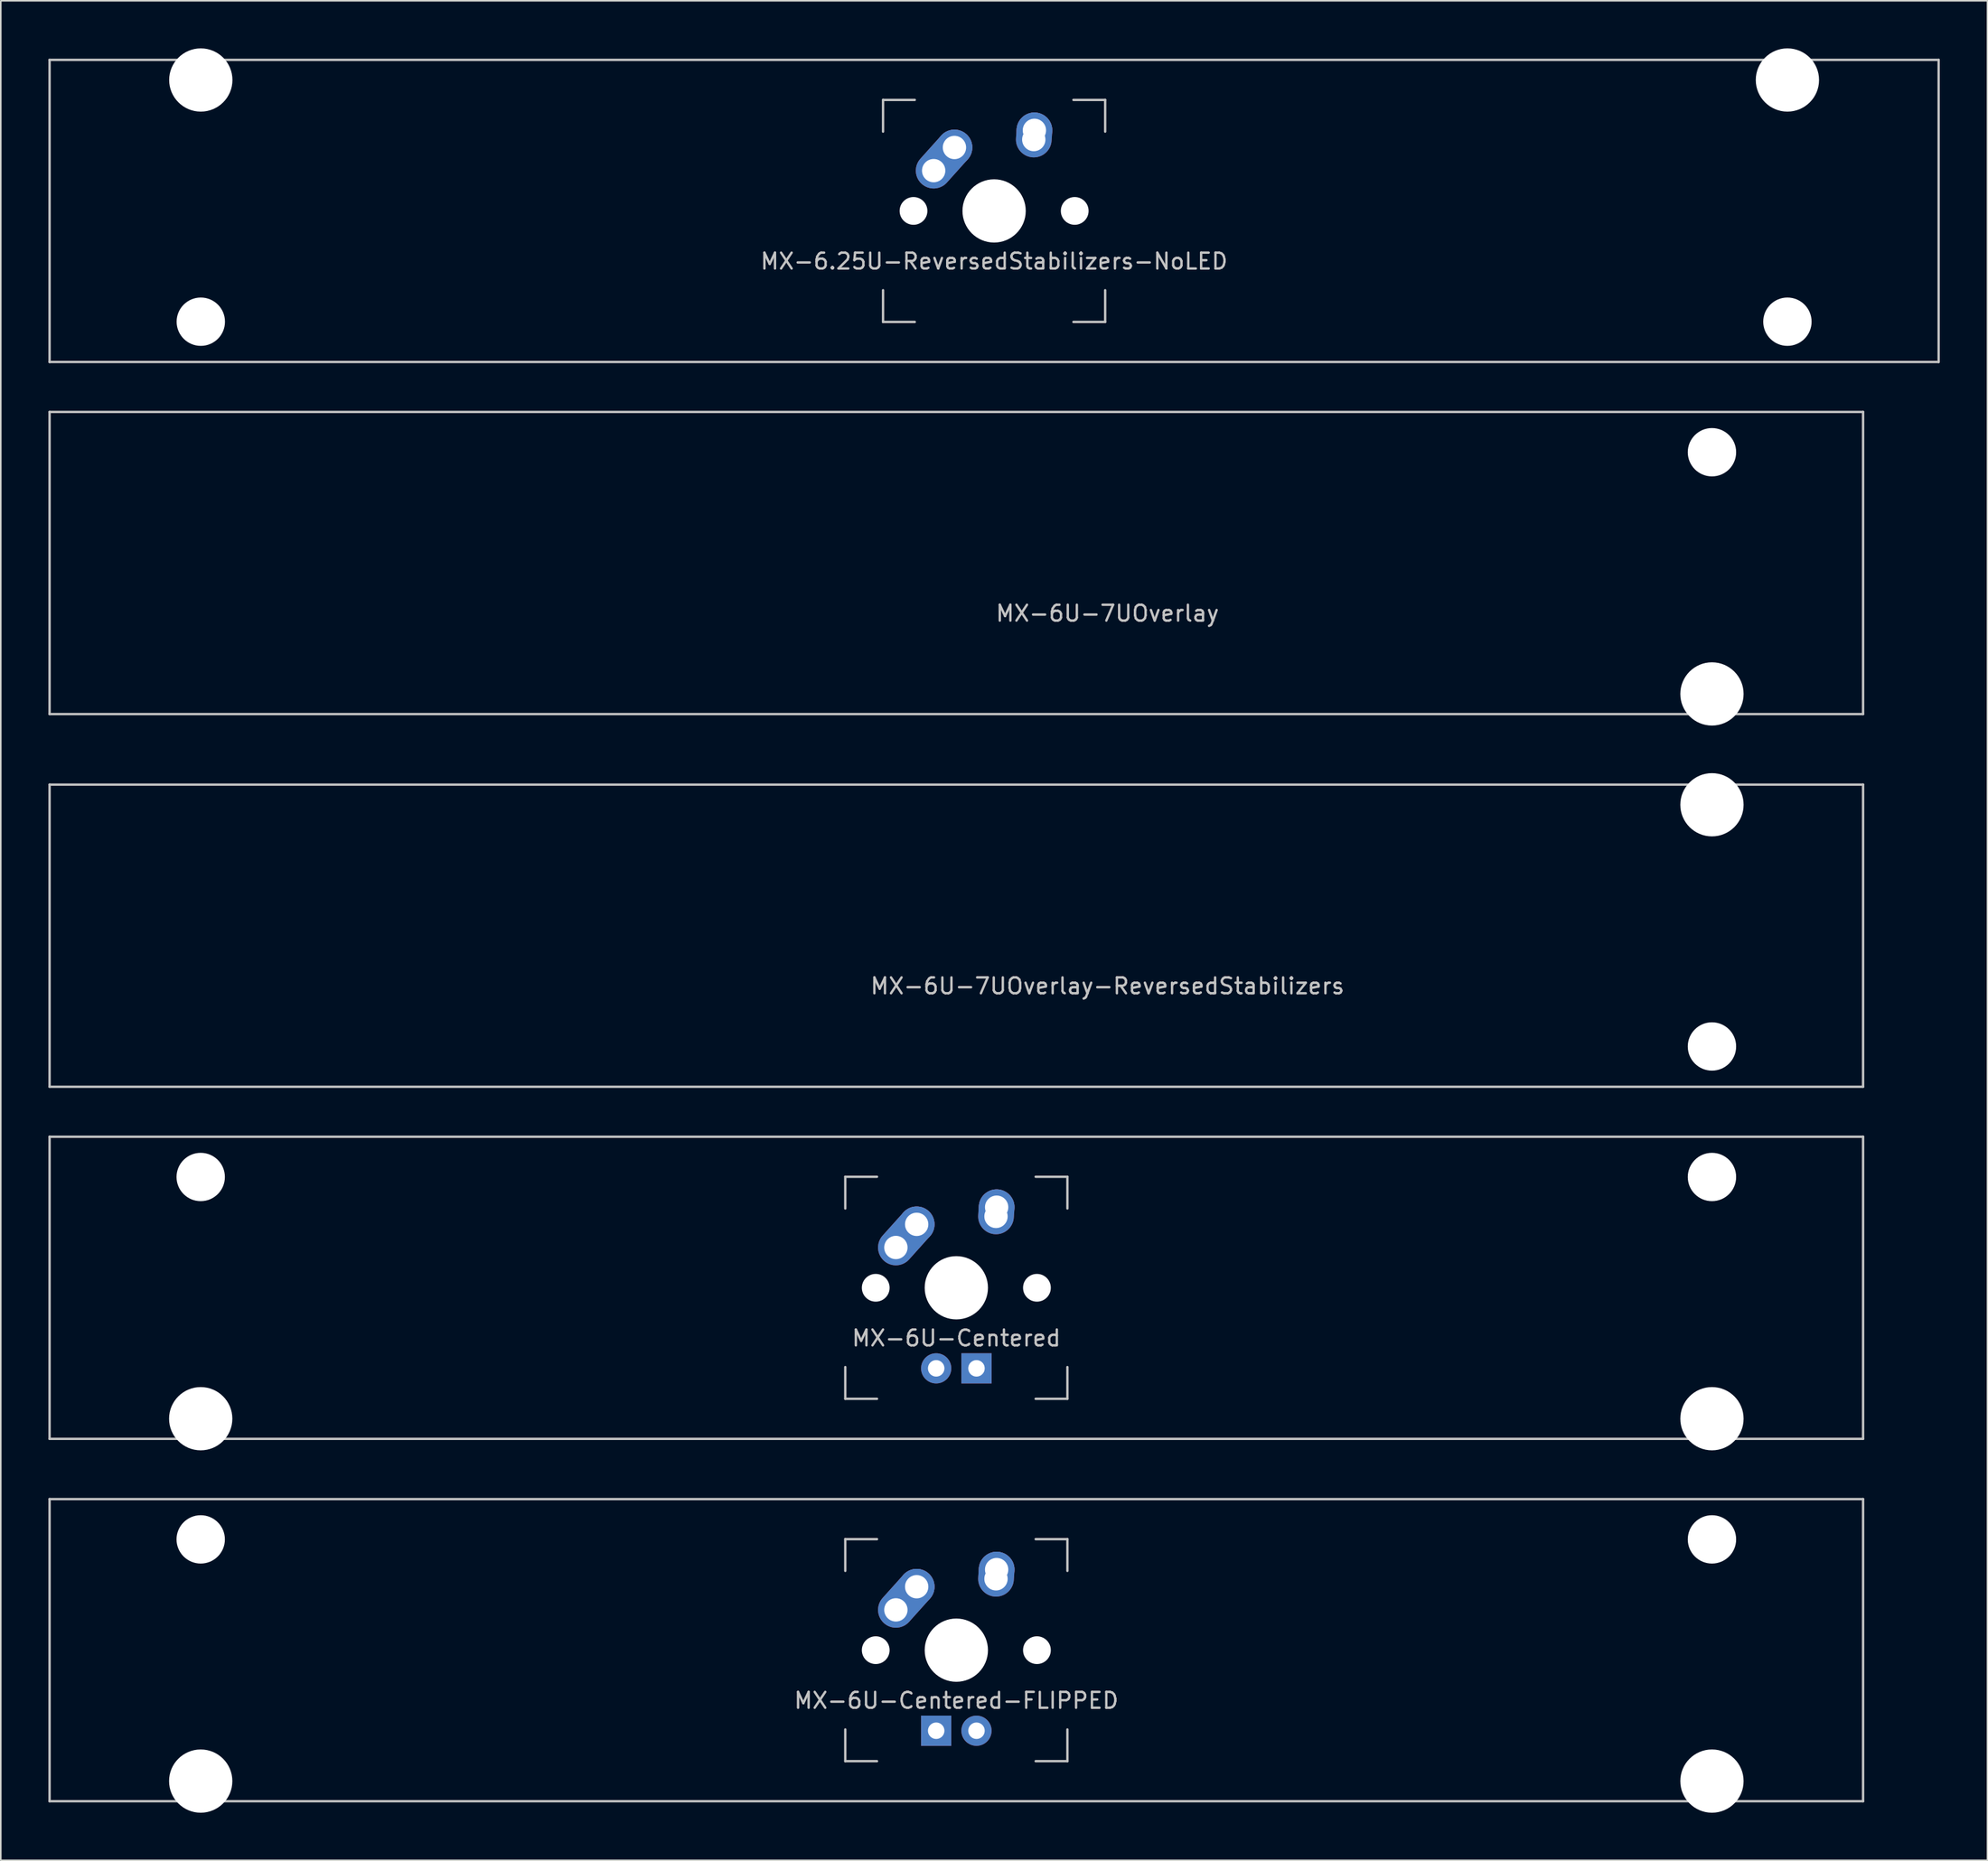
<source format=kicad_pcb>
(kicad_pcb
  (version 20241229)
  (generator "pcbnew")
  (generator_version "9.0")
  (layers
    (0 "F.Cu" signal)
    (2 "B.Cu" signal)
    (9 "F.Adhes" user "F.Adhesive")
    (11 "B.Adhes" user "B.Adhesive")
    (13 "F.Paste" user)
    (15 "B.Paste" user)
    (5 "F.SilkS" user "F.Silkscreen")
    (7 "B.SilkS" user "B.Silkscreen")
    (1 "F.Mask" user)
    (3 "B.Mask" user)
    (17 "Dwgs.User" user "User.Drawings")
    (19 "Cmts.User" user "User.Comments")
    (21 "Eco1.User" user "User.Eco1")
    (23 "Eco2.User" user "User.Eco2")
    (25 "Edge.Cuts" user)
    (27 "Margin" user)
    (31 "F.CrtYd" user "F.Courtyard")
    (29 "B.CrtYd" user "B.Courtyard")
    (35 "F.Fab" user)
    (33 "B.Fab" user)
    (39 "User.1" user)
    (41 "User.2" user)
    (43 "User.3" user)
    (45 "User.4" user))
  (footprint "MX-6U-7UOverlay"
    (layer "F.Cu")
    (at 57.225 32.449)
    (property "Reference" "MX-6U-7UOverlay" (at 9.525 3.175 0) (layer "Dwgs.User") (effects (font (size 1 1) (thickness 0.15))))
    (attr through_hole)
    (fp_line (start -57.15 -9.525) (end 57.15 -9.525) (stroke (width 0.15) (type solid)) (layer "Dwgs.User"))
    (fp_line (start -57.15 9.525) (end -57.15 -9.525) (stroke (width 0.15) (type solid)) (layer "Dwgs.User"))
    (fp_line (start -57.15 9.525) (end 57.15 9.525) (stroke (width 0.15) (type solid)) (layer "Dwgs.User"))
    (fp_line (start 57.15 -9.525) (end 57.15 9.525) (stroke (width 0.15) (type solid)) (layer "Dwgs.User"))
    (pad "" np_thru_hole circle (at 47.625 -6.985) (size 3.048 3.048) (drill 3.048) (layers "*.Cu" "*.Mask"))
    (pad "" np_thru_hole circle (at 47.625 8.255) (size 3.988 3.988) (drill 3.988) (layers "*.Cu" "*.Mask")))
  (footprint "MX-6U-7UOverlay-ReversedStabilizers"
    (layer "F.Cu")
    (at 57.225 55.947)
    (property "Reference" "MX-6U-7UOverlay-ReversedStabilizers" (at 9.525 3.175 0) (layer "Dwgs.User") (effects (font (size 1 1) (thickness 0.15))))
    (attr through_hole)
    (fp_line (start -57.15 -9.525) (end 57.15 -9.525) (stroke (width 0.15) (type solid)) (layer "Dwgs.User"))
    (fp_line (start -57.15 9.525) (end -57.15 -9.525) (stroke (width 0.15) (type solid)) (layer "Dwgs.User"))
    (fp_line (start -57.15 9.525) (end 57.15 9.525) (stroke (width 0.15) (type solid)) (layer "Dwgs.User"))
    (fp_line (start 57.15 -9.525) (end 57.15 9.525) (stroke (width 0.15) (type solid)) (layer "Dwgs.User"))
    (pad "" np_thru_hole circle (at 47.625 -8.255) (size 3.988 3.988) (drill 3.988) (layers "*.Cu" "*.Mask"))
    (pad "" np_thru_hole circle (at 47.625 6.985) (size 3.048 3.048) (drill 3.048) (layers "*.Cu" "*.Mask")))
  (footprint "MX-6U-Centered"
    (layer "F.Cu")
    (at 57.225 78.147)
    (property "Reference" "MX-6U-Centered" (at 0 3.175 0) (layer "Dwgs.User") (effects (font (size 1 1) (thickness 0.15))))
    (attr through_hole)
    (fp_line (start -57.15 -9.525) (end 57.15 -9.525) (stroke (width 0.15) (type solid)) (layer "Dwgs.User"))
    (fp_line (start -57.15 9.525) (end -57.15 -9.525) (stroke (width 0.15) (type solid)) (layer "Dwgs.User"))
    (fp_line (start -57.15 9.525) (end 57.15 9.525) (stroke (width 0.15) (type solid)) (layer "Dwgs.User"))
    (fp_line (start -7 -7) (end -7 -5) (stroke (width 0.15) (type solid)) (layer "Dwgs.User"))
    (fp_line (start -7 5) (end -7 7) (stroke (width 0.15) (type solid)) (layer "Dwgs.User"))
    (fp_line (start -7 7) (end -5 7) (stroke (width 0.15) (type solid)) (layer "Dwgs.User"))
    (fp_line (start -5 -7) (end -7 -7) (stroke (width 0.15) (type solid)) (layer "Dwgs.User"))
    (fp_line (start 5 -7) (end 7 -7) (stroke (width 0.15) (type solid)) (layer "Dwgs.User"))
    (fp_line (start 5 7) (end 7 7) (stroke (width 0.15) (type solid)) (layer "Dwgs.User"))
    (fp_line (start 7 -7) (end 7 -5) (stroke (width 0.15) (type solid)) (layer "Dwgs.User"))
    (fp_line (start 7 7) (end 7 5) (stroke (width 0.15) (type solid)) (layer "Dwgs.User"))
    (fp_line (start 57.15 -9.525) (end 57.15 9.525) (stroke (width 0.15) (type solid)) (layer "Dwgs.User"))
    (pad "" np_thru_hole circle (at -47.625 -6.985) (size 3.048 3.048) (drill 3.048) (layers "*.Cu" "*.Mask"))
    (pad "" np_thru_hole circle (at -47.625 8.255) (size 3.988 3.988) (drill 3.988) (layers "*.Cu" "*.Mask"))
    (pad "" np_thru_hole circle (at -5.08 0 48.1) (size 1.75 1.75) (drill 1.75) (layers "*.Cu" "*.Mask"))
    (pad "" np_thru_hole circle (at 0 0) (size 3.988 3.988) (drill 3.988) (layers "*.Cu" "*.Mask"))
    (pad "" np_thru_hole circle (at 5.08 0 48.1) (size 1.75 1.75) (drill 1.75) (layers "*.Cu" "*.Mask"))
    (pad "" np_thru_hole circle (at 47.625 -6.985) (size 3.048 3.048) (drill 3.048) (layers "*.Cu" "*.Mask"))
    (pad "" np_thru_hole circle (at 47.625 8.255) (size 3.988 3.988) (drill 3.988) (layers "*.Cu" "*.Mask"))
    (pad "1" thru_hole oval (at -3.81 -2.54 48.1) (size 4.212 2.25) (drill 1.47 (offset 0.981 0)) (layers "*.Cu" "B.Mask"))
    (pad "1" thru_hole circle (at -2.5 -4) (size 2.25 2.25) (drill 1.47) (layers "*.Cu" "B.Mask"))
    (pad "2" thru_hole oval (at 2.5 -4.5 86.055) (size 2.831 2.25) (drill 1.47 (offset 0.291 0)) (layers "*.Cu" "B.Mask"))
    (pad "2" thru_hole circle (at 2.54 -5.08) (size 2.25 2.25) (drill 1.47) (layers "*.Cu" "B.Mask"))
    (pad "3" thru_hole circle (at -1.27 5.08) (size 1.905 1.905) (drill 1.04) (layers "*.Cu" "B.Mask"))
    (pad "4" thru_hole rect (at 1.27 5.08) (size 1.905 1.905) (drill 1.04) (layers "*.Cu" "B.Mask")))
  (footprint "MX-6U-Centered-FLIPPED"
    (layer "F.Cu")
    (at 57.225 100.996)
    (property "Reference" "MX-6U-Centered-FLIPPED" (at 0 3.175 0) (layer "Dwgs.User") (effects (font (size 1 1) (thickness 0.15))))
    (attr through_hole)
    (fp_line (start -57.15 -9.525) (end 57.15 -9.525) (stroke (width 0.15) (type solid)) (layer "Dwgs.User"))
    (fp_line (start -57.15 9.525) (end -57.15 -9.525) (stroke (width 0.15) (type solid)) (layer "Dwgs.User"))
    (fp_line (start -57.15 9.525) (end 57.15 9.525) (stroke (width 0.15) (type solid)) (layer "Dwgs.User"))
    (fp_line (start -7 -7) (end -7 -5) (stroke (width 0.15) (type solid)) (layer "Dwgs.User"))
    (fp_line (start -7 5) (end -7 7) (stroke (width 0.15) (type solid)) (layer "Dwgs.User"))
    (fp_line (start -7 7) (end -5 7) (stroke (width 0.15) (type solid)) (layer "Dwgs.User"))
    (fp_line (start -5 -7) (end -7 -7) (stroke (width 0.15) (type solid)) (layer "Dwgs.User"))
    (fp_line (start 5 -7) (end 7 -7) (stroke (width 0.15) (type solid)) (layer "Dwgs.User"))
    (fp_line (start 5 7) (end 7 7) (stroke (width 0.15) (type solid)) (layer "Dwgs.User"))
    (fp_line (start 7 -7) (end 7 -5) (stroke (width 0.15) (type solid)) (layer "Dwgs.User"))
    (fp_line (start 7 7) (end 7 5) (stroke (width 0.15) (type solid)) (layer "Dwgs.User"))
    (fp_line (start 57.15 -9.525) (end 57.15 9.525) (stroke (width 0.15) (type solid)) (layer "Dwgs.User"))
    (pad "" np_thru_hole circle (at -47.625 -6.985) (size 3.048 3.048) (drill 3.048) (layers "*.Cu" "*.Mask"))
    (pad "" np_thru_hole circle (at -47.625 8.255) (size 3.988 3.988) (drill 3.988) (layers "*.Cu" "*.Mask"))
    (pad "" np_thru_hole circle (at -5.08 0 48.1) (size 1.75 1.75) (drill 1.75) (layers "*.Cu" "*.Mask"))
    (pad "" np_thru_hole circle (at 0 0) (size 3.988 3.988) (drill 3.988) (layers "*.Cu" "*.Mask"))
    (pad "" np_thru_hole circle (at 5.08 0 48.1) (size 1.75 1.75) (drill 1.75) (layers "*.Cu" "*.Mask"))
    (pad "" np_thru_hole circle (at 47.625 -6.985) (size 3.048 3.048) (drill 3.048) (layers "*.Cu" "*.Mask"))
    (pad "" np_thru_hole circle (at 47.625 8.255) (size 3.988 3.988) (drill 3.988) (layers "*.Cu" "*.Mask"))
    (pad "1" thru_hole oval (at -3.81 -2.54 48.1) (size 4.212 2.25) (drill 1.47 (offset 0.981 0)) (layers "*.Cu" "B.Mask"))
    (pad "1" thru_hole circle (at -2.5 -4) (size 2.25 2.25) (drill 1.47) (layers "*.Cu" "B.Mask"))
    (pad "2" thru_hole oval (at 2.5 -4.5 86.055) (size 2.831 2.25) (drill 1.47 (offset 0.291 0)) (layers "*.Cu" "B.Mask"))
    (pad "2" thru_hole circle (at 2.54 -5.08) (size 2.25 2.25) (drill 1.47) (layers "*.Cu" "B.Mask"))
    (pad "3" thru_hole circle (at 1.27 5.08) (size 1.905 1.905) (drill 1.04) (layers "*.Cu" "B.Mask"))
    (pad "4" thru_hole rect (at -1.27 5.08) (size 1.905 1.905) (drill 1.04) (layers "*.Cu" "B.Mask")))
  (footprint "MX-6.25U-ReversedStabilizers-NoLED"
    (layer "F.Cu")
    (at 59.606 10.249)
    (property "Reference" "MX-6.25U-ReversedStabilizers-NoLED" (at 0 3.175 0) (layer "Dwgs.User") (effects (font (size 1 1) (thickness 0.15))))
    (attr through_hole)
    (fp_line (start -59.531 -9.525) (end 59.531 -9.525) (stroke (width 0.15) (type solid)) (layer "Dwgs.User"))
    (fp_line (start -59.531 9.525) (end -59.531 -9.525) (stroke (width 0.15) (type solid)) (layer "Dwgs.User"))
    (fp_line (start -59.531 9.525) (end 59.531 9.525) (stroke (width 0.15) (type solid)) (layer "Dwgs.User"))
    (fp_line (start -7 -7) (end -7 -5) (stroke (width 0.15) (type solid)) (layer "Dwgs.User"))
    (fp_line (start -7 5) (end -7 7) (stroke (width 0.15) (type solid)) (layer "Dwgs.User"))
    (fp_line (start -7 7) (end -5 7) (stroke (width 0.15) (type solid)) (layer "Dwgs.User"))
    (fp_line (start -5 -7) (end -7 -7) (stroke (width 0.15) (type solid)) (layer "Dwgs.User"))
    (fp_line (start 5 -7) (end 7 -7) (stroke (width 0.15) (type solid)) (layer "Dwgs.User"))
    (fp_line (start 5 7) (end 7 7) (stroke (width 0.15) (type solid)) (layer "Dwgs.User"))
    (fp_line (start 7 -7) (end 7 -5) (stroke (width 0.15) (type solid)) (layer "Dwgs.User"))
    (fp_line (start 7 7) (end 7 5) (stroke (width 0.15) (type solid)) (layer "Dwgs.User"))
    (fp_line (start 59.531 -9.525) (end 59.531 9.525) (stroke (width 0.15) (type solid)) (layer "Dwgs.User"))
    (pad "" np_thru_hole circle (at -50 -8.255) (size 3.988 3.988) (drill 3.988) (layers "*.Cu" "*.Mask"))
    (pad "" np_thru_hole circle (at -50 6.985) (size 3.048 3.048) (drill 3.048) (layers "*.Cu" "*.Mask"))
    (pad "" np_thru_hole circle (at -5.08 0 48.1) (size 1.75 1.75) (drill 1.75) (layers "*.Cu" "*.Mask"))
    (pad "" np_thru_hole circle (at 0 0) (size 3.988 3.988) (drill 3.988) (layers "*.Cu" "*.Mask"))
    (pad "" np_thru_hole circle (at 5.08 0 48.1) (size 1.75 1.75) (drill 1.75) (layers "*.Cu" "*.Mask"))
    (pad "" np_thru_hole circle (at 50 -8.255) (size 3.988 3.988) (drill 3.988) (layers "*.Cu" "*.Mask"))
    (pad "" np_thru_hole circle (at 50 6.985) (size 3.048 3.048) (drill 3.048) (layers "*.Cu" "*.Mask"))
    (pad "1" thru_hole oval (at -3.81 -2.54 48.1) (size 4.212 2.25) (drill 1.47 (offset 0.981 0)) (layers "*.Cu" "B.Mask"))
    (pad "1" thru_hole circle (at -2.5 -4) (size 2.25 2.25) (drill 1.47) (layers "*.Cu" "B.Mask"))
    (pad "2" thru_hole oval (at 2.5 -4.5 86.055) (size 2.831 2.25) (drill 1.47 (offset 0.291 0)) (layers "*.Cu" "B.Mask"))
    (pad "2" thru_hole circle (at 2.54 -5.08) (size 2.25 2.25) (drill 1.47) (layers "*.Cu" "B.Mask")))
  (gr_rect
    (start -3 -3)
    (end 122.213 114.245)
    (stroke (width 0.1) (type default))
    (fill no)
    (layer "Edge.Cuts")))
</source>
